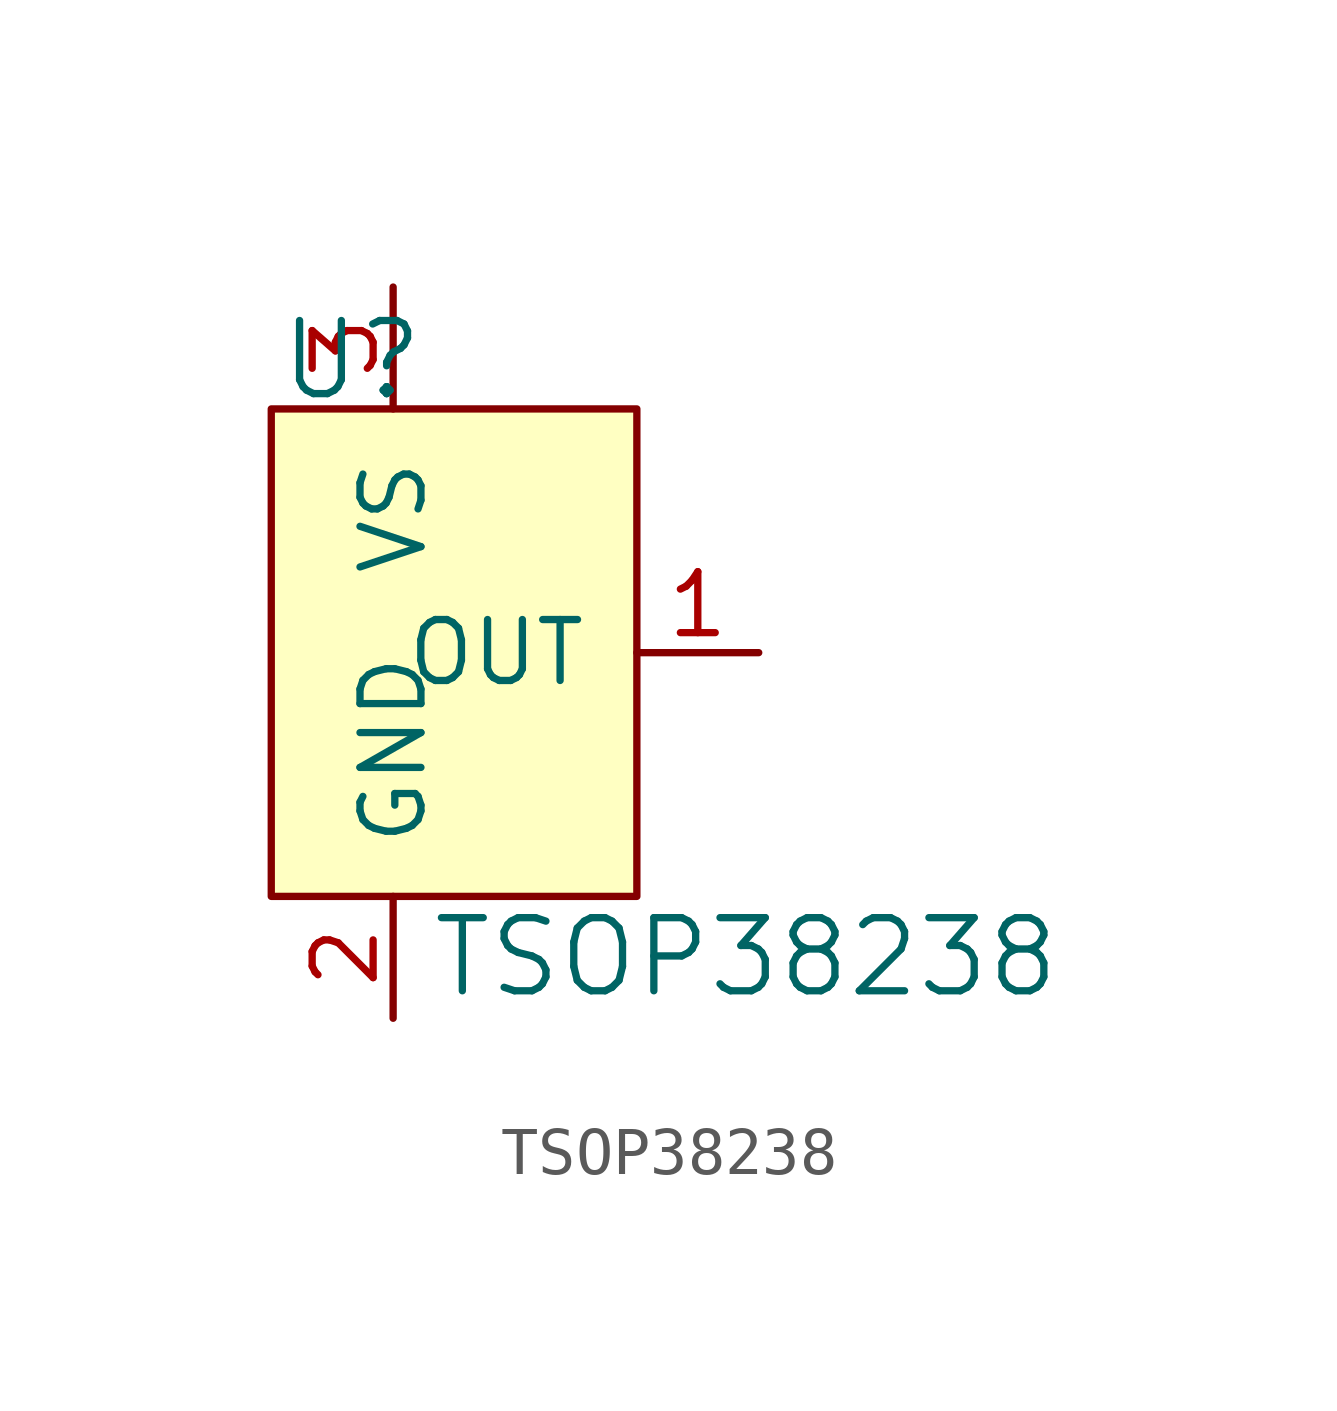
<source format=kicad_sym>
(kicad_symbol_lib
  (version 20201005)
  (generator kicad_symbol_editor)
  (symbol "TSOP38238"
    (pin_names
      (offset 1.016))
    (property "Reference" "U"
      (at -2.413 3.556 0)
      (effects (font (size 1.524 1.524)) (justify left)))
    (property "Value" "TSOP38238"
      (at 0.762 -8.89 0)
      (effects (font (size 1.524 1.524)) (justify left)))
    (symbol "TSOP38238_0_1"
      (rectangle (start -2.54 2.54) (end 5.08 -7.62) (stroke (width 0)) (fill (type background))))
    (symbol "TSOP38238_1_1"
      (pin output line (at 7.62 -2.54 180) (length 2.54) (name "OUT" (effects (font (size 1.27 1.27)))) (number "1" (effects (font (size 1.27 1.27)))))
      (pin power_in line (at 0 -10.16 90) (length 2.54) (name "GND" (effects (font (size 1.27 1.27)))) (number "2" (effects (font (size 1.27 1.27)))))
      (pin power_in line (at 0 5.08 270) (length 2.54) (name "VS" (effects (font (size 1.27 1.27)))) (number "3" (effects (font (size 1.27 1.27))))))))
</source>
